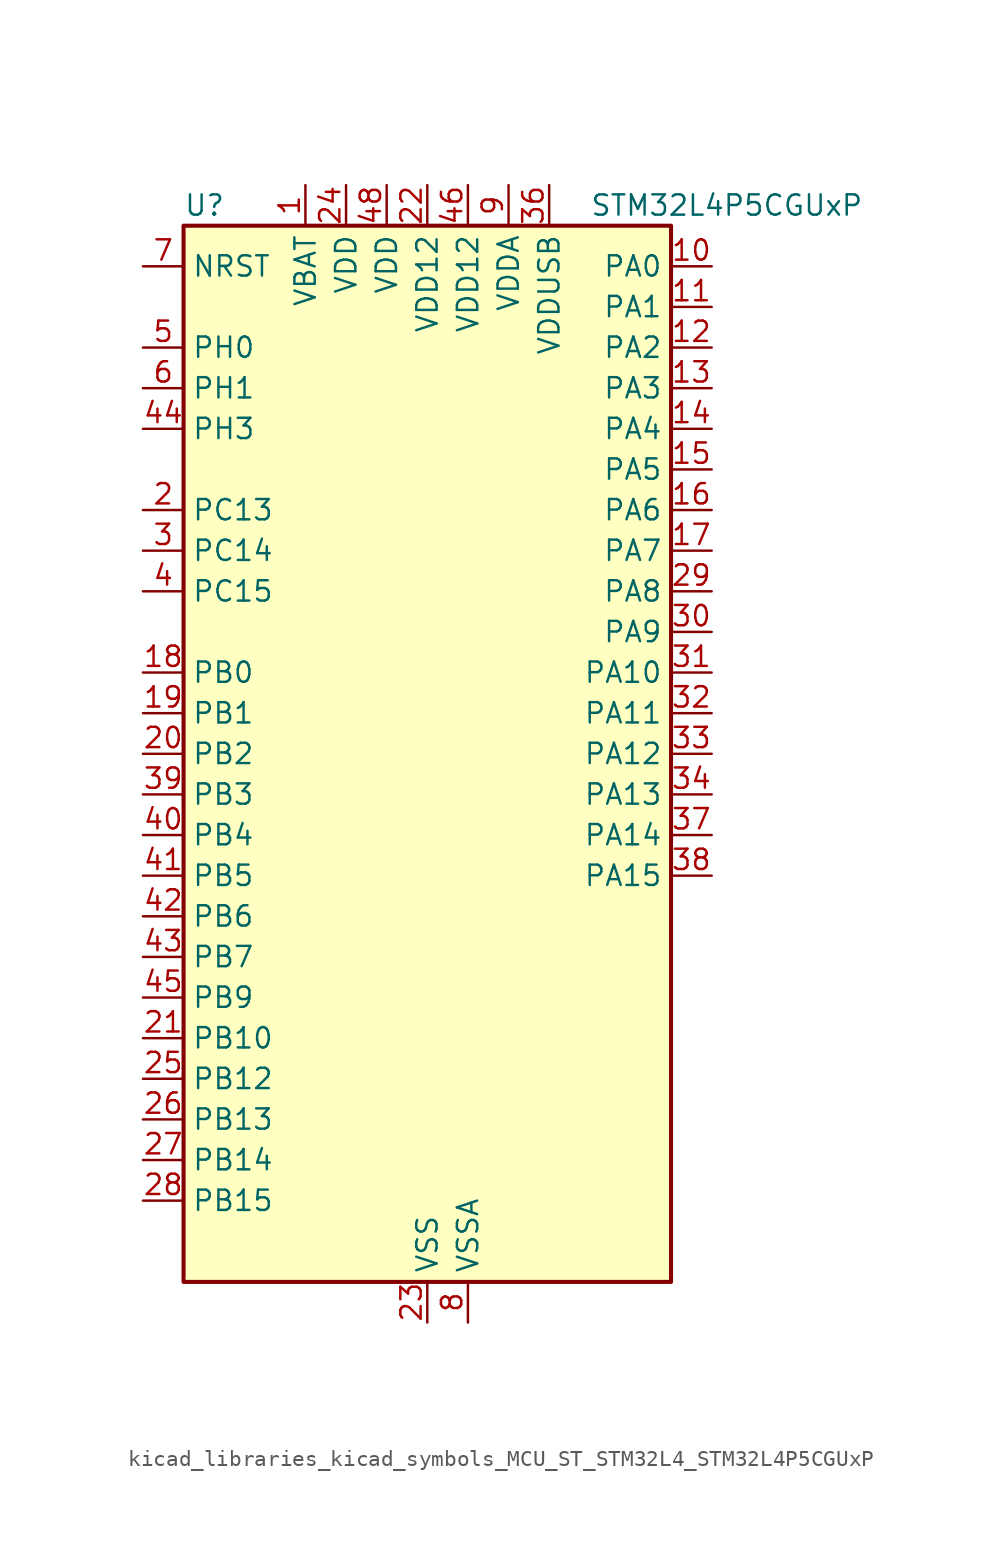
<source format=kicad_sym>
(kicad_symbol_lib
  (version 20220914)
  (generator kicad_symbol_editor)
  (symbol "kicad_libraries_kicad_symbols_MCU_ST_STM32L4_STM32L4P5CGUxP"
    (property "Reference" "U"
      (at -15.24 34.29 0)
      (effects (font (size 1.27 1.27)) (justify left)))
    (property "Value" "STM32L4P5CGUxP"
      (at 10.16 34.29 0)
      (effects (font (size 1.27 1.27)) (justify left)))
    (property "ki_locked" ""
      (at 0 0 0)
      (effects (font (size 1.27 1.27))))
    (symbol "kicad_libraries_kicad_symbols_MCU_ST_STM32L4_STM32L4P5CGUxP_0_1"
      (rectangle (start -15.24 -33.02) (end 15.24 33.02) (stroke (width 0.254) (type default)) (fill (type background))))
    (symbol "kicad_libraries_kicad_symbols_MCU_ST_STM32L4_STM32L4P5CGUxP_1_1"
      (pin power_in line (at -7.62 35.56 270) (length 2.54) (name "VBAT" (effects (font (size 1.27 1.27)))) (number "1" (effects (font (size 1.27 1.27)))))
      (pin bidirectional line (at 17.78 30.48 180) (length 2.54) (name "PA0" (effects (font (size 1.27 1.27)))) (number "10" (effects (font (size 1.27 1.27)))) (alternate "ADC1_IN5" bidirectional line) (alternate "ADC2_IN5" bidirectional line) (alternate "OPAMP1_VINP" bidirectional line) (alternate "RTC_TAMP2" bidirectional line) (alternate "SAI1_EXTCLK" bidirectional line) (alternate "SYS_WKUP1" bidirectional line) (alternate "TIM2_CH1" bidirectional line) (alternate "TIM2_ETR" bidirectional line) (alternate "TIM5_CH1" bidirectional line) (alternate "TIM8_ETR" bidirectional line) (alternate "UART4_TX" bidirectional line) (alternate "USART2_CTS" bidirectional line) (alternate "USART2_NSS" bidirectional line))
      (pin bidirectional line (at 17.78 27.94 180) (length 2.54) (name "PA1" (effects (font (size 1.27 1.27)))) (number "11" (effects (font (size 1.27 1.27)))) (alternate "ADC1_IN6" bidirectional line) (alternate "ADC2_IN6" bidirectional line) (alternate "I2C1_SMBA" bidirectional line) (alternate "OCTOSPIM_P1_DQS" bidirectional line) (alternate "OPAMP1_VINM" bidirectional line) (alternate "SDMMC2_CMD" bidirectional line) (alternate "SPI1_SCK" bidirectional line) (alternate "TIM15_CH1N" bidirectional line) (alternate "TIM2_CH2" bidirectional line) (alternate "TIM5_CH2" bidirectional line) (alternate "UART4_RX" bidirectional line) (alternate "USART2_DE" bidirectional line) (alternate "USART2_RTS" bidirectional line))
      (pin bidirectional line (at 17.78 25.4 180) (length 2.54) (name "PA2" (effects (font (size 1.27 1.27)))) (number "12" (effects (font (size 1.27 1.27)))) (alternate "ADC1_IN7" bidirectional line) (alternate "ADC2_IN7" bidirectional line) (alternate "LPUART1_TX" bidirectional line) (alternate "OCTOSPIM_P1_NCS" bidirectional line) (alternate "RCC_LSCO" bidirectional line) (alternate "SAI2_EXTCLK" bidirectional line) (alternate "SYS_WKUP4" bidirectional line) (alternate "TIM15_CH1" bidirectional line) (alternate "TIM2_CH3" bidirectional line) (alternate "TIM5_CH3" bidirectional line) (alternate "USART2_TX" bidirectional line))
      (pin bidirectional line (at 17.78 22.86 180) (length 2.54) (name "PA3" (effects (font (size 1.27 1.27)))) (number "13" (effects (font (size 1.27 1.27)))) (alternate "ADC1_IN8" bidirectional line) (alternate "ADC2_IN8" bidirectional line) (alternate "LPUART1_RX" bidirectional line) (alternate "OCTOSPIM_P1_CLK" bidirectional line) (alternate "OPAMP1_VOUT" bidirectional line) (alternate "SAI1_CK1" bidirectional line) (alternate "SAI1_MCLK_A" bidirectional line) (alternate "TIM15_CH2" bidirectional line) (alternate "TIM2_CH4" bidirectional line) (alternate "TIM5_CH4" bidirectional line) (alternate "USART2_RX" bidirectional line))
      (pin bidirectional line (at 17.78 20.32 180) (length 2.54) (name "PA4" (effects (font (size 1.27 1.27)))) (number "14" (effects (font (size 1.27 1.27)))) (alternate "ADC1_IN9" bidirectional line) (alternate "ADC2_IN9" bidirectional line) (alternate "DAC1_OUT1" bidirectional line) (alternate "LPTIM2_OUT" bidirectional line) (alternate "LTDC_CLK" bidirectional line) (alternate "OCTOSPIM_P1_NCS" bidirectional line) (alternate "SAI1_FS_B" bidirectional line) (alternate "SPI1_NSS" bidirectional line) (alternate "SPI3_NSS" bidirectional line) (alternate "USART2_CK" bidirectional line))
      (pin bidirectional line (at 17.78 17.78 180) (length 2.54) (name "PA5" (effects (font (size 1.27 1.27)))) (number "15" (effects (font (size 1.27 1.27)))) (alternate "ADC1_IN10" bidirectional line) (alternate "ADC2_IN10" bidirectional line) (alternate "DAC1_OUT2" bidirectional line) (alternate "LPTIM2_ETR" bidirectional line) (alternate "LTDC_R7" bidirectional line) (alternate "SPI1_SCK" bidirectional line) (alternate "TIM2_CH1" bidirectional line) (alternate "TIM2_ETR" bidirectional line) (alternate "TIM8_CH1N" bidirectional line))
      (pin bidirectional line (at 17.78 15.24 180) (length 2.54) (name "PA6" (effects (font (size 1.27 1.27)))) (number "16" (effects (font (size 1.27 1.27)))) (alternate "ADC1_IN11" bidirectional line) (alternate "ADC2_IN11" bidirectional line) (alternate "LPUART1_CTS" bidirectional line) (alternate "OCTOSPIM_P1_IO3" bidirectional line) (alternate "OPAMP2_VINP" bidirectional line) (alternate "SPI1_MISO" bidirectional line) (alternate "TIM16_CH1" bidirectional line) (alternate "TIM1_BKIN" bidirectional line) (alternate "TIM3_CH1" bidirectional line) (alternate "TIM8_BKIN" bidirectional line) (alternate "USART3_CTS" bidirectional line) (alternate "USART3_NSS" bidirectional line))
      (pin bidirectional line (at 17.78 12.7 180) (length 2.54) (name "PA7" (effects (font (size 1.27 1.27)))) (number "17" (effects (font (size 1.27 1.27)))) (alternate "ADC1_IN12" bidirectional line) (alternate "ADC2_IN12" bidirectional line) (alternate "I2C3_SCL" bidirectional line) (alternate "OCTOSPIM_P1_IO2" bidirectional line) (alternate "OPAMP2_VINM" bidirectional line) (alternate "SPI1_MOSI" bidirectional line) (alternate "TIM17_CH1" bidirectional line) (alternate "TIM1_CH1N" bidirectional line) (alternate "TIM3_CH2" bidirectional line) (alternate "TIM8_CH1N" bidirectional line))
      (pin bidirectional line (at -17.78 5.08 0) (length 2.54) (name "PB0" (effects (font (size 1.27 1.27)))) (number "18" (effects (font (size 1.27 1.27)))) (alternate "ADC1_IN15" bidirectional line) (alternate "ADC2_IN15" bidirectional line) (alternate "COMP1_OUT" bidirectional line) (alternate "LTDC_B6" bidirectional line) (alternate "OCTOSPIM_P1_IO1" bidirectional line) (alternate "OPAMP2_VOUT" bidirectional line) (alternate "SAI1_EXTCLK" bidirectional line) (alternate "SPI1_NSS" bidirectional line) (alternate "TIM1_CH2N" bidirectional line) (alternate "TIM3_CH3" bidirectional line) (alternate "TIM8_CH2N" bidirectional line) (alternate "USART3_CK" bidirectional line))
      (pin bidirectional line (at -17.78 2.54 0) (length 2.54) (name "PB1" (effects (font (size 1.27 1.27)))) (number "19" (effects (font (size 1.27 1.27)))) (alternate "ADC1_IN16" bidirectional line) (alternate "ADC2_IN16" bidirectional line) (alternate "COMP1_INM" bidirectional line) (alternate "DFSDM1_DATIN0" bidirectional line) (alternate "LPTIM2_IN1" bidirectional line) (alternate "LPUART1_DE" bidirectional line) (alternate "LPUART1_RTS" bidirectional line) (alternate "LTDC_G6" bidirectional line) (alternate "OCTOSPIM_P1_IO0" bidirectional line) (alternate "TIM1_CH3N" bidirectional line) (alternate "TIM3_CH4" bidirectional line) (alternate "TIM8_CH3N" bidirectional line) (alternate "USART3_DE" bidirectional line) (alternate "USART3_RTS" bidirectional line))
      (pin bidirectional line (at -17.78 15.24 0) (length 2.54) (name "PC13" (effects (font (size 1.27 1.27)))) (number "2" (effects (font (size 1.27 1.27)))) (alternate "RTC_OUT1" bidirectional line) (alternate "RTC_TAMP1" bidirectional line) (alternate "RTC_TS" bidirectional line) (alternate "SYS_WKUP2" bidirectional line))
      (pin bidirectional line (at -17.78 0 0) (length 2.54) (name "PB2" (effects (font (size 1.27 1.27)))) (number "20" (effects (font (size 1.27 1.27)))) (alternate "COMP1_INP" bidirectional line) (alternate "DFSDM1_CKIN0" bidirectional line) (alternate "I2C3_SMBA" bidirectional line) (alternate "LPTIM1_OUT" bidirectional line) (alternate "OCTOSPIM_P1_DQS" bidirectional line) (alternate "RTC_OUT2" bidirectional line))
      (pin bidirectional line (at -17.78 -17.78 0) (length 2.54) (name "PB10" (effects (font (size 1.27 1.27)))) (number "21" (effects (font (size 1.27 1.27)))) (alternate "COMP1_OUT" bidirectional line) (alternate "I2C2_SCL" bidirectional line) (alternate "I2C4_SCL" bidirectional line) (alternate "LPUART1_RX" bidirectional line) (alternate "OCTOSPIM_P1_CLK" bidirectional line) (alternate "OCTOSPIM_P1_IO3" bidirectional line) (alternate "SAI1_SCK_A" bidirectional line) (alternate "SPI2_SCK" bidirectional line) (alternate "TIM2_CH3" bidirectional line) (alternate "TSC_SYNC" bidirectional line) (alternate "USART3_TX" bidirectional line))
      (pin power_in line (at 0 35.56 270) (length 2.54) (name "VDD12" (effects (font (size 1.27 1.27)))) (number "22" (effects (font (size 1.27 1.27)))))
      (pin power_in line (at 0 -35.56 90) (length 2.54) (name "VSS" (effects (font (size 1.27 1.27)))) (number "23" (effects (font (size 1.27 1.27)))))
      (pin power_in line (at -5.08 35.56 270) (length 2.54) (name "VDD" (effects (font (size 1.27 1.27)))) (number "24" (effects (font (size 1.27 1.27)))))
      (pin bidirectional line (at -17.78 -20.32 0) (length 2.54) (name "PB12" (effects (font (size 1.27 1.27)))) (number "25" (effects (font (size 1.27 1.27)))) (alternate "DFSDM1_DATIN1" bidirectional line) (alternate "I2C2_SMBA" bidirectional line) (alternate "LPUART1_DE" bidirectional line) (alternate "LPUART1_RTS" bidirectional line) (alternate "OCTOSPIM_P1_NCLK" bidirectional line) (alternate "SAI2_FS_A" bidirectional line) (alternate "SDMMC2_CK" bidirectional line) (alternate "SPI2_NSS" bidirectional line) (alternate "TIM15_BKIN" bidirectional line) (alternate "TIM1_BKIN" bidirectional line) (alternate "TSC_G1_IO1" bidirectional line) (alternate "USART3_CK" bidirectional line))
      (pin bidirectional line (at -17.78 -22.86 0) (length 2.54) (name "PB13" (effects (font (size 1.27 1.27)))) (number "26" (effects (font (size 1.27 1.27)))) (alternate "DFSDM1_CKIN1" bidirectional line) (alternate "I2C2_SCL" bidirectional line) (alternate "LPUART1_CTS" bidirectional line) (alternate "OCTOSPIM_P1_IO1" bidirectional line) (alternate "SAI2_SCK_A" bidirectional line) (alternate "SPI2_SCK" bidirectional line) (alternate "TIM15_CH1N" bidirectional line) (alternate "TIM1_CH1N" bidirectional line) (alternate "TSC_G1_IO2" bidirectional line) (alternate "USART3_CTS" bidirectional line) (alternate "USART3_NSS" bidirectional line))
      (pin bidirectional line (at -17.78 -25.4 0) (length 2.54) (name "PB14" (effects (font (size 1.27 1.27)))) (number "27" (effects (font (size 1.27 1.27)))) (alternate "DFSDM1_DATIN2" bidirectional line) (alternate "I2C2_SDA" bidirectional line) (alternate "OCTOSPIM_P1_IO6" bidirectional line) (alternate "SAI2_MCLK_A" bidirectional line) (alternate "SDMMC2_D0" bidirectional line) (alternate "SPI2_MISO" bidirectional line) (alternate "TIM15_CH1" bidirectional line) (alternate "TIM1_CH2N" bidirectional line) (alternate "TIM8_CH2N" bidirectional line) (alternate "TSC_G1_IO3" bidirectional line) (alternate "USART3_DE" bidirectional line) (alternate "USART3_RTS" bidirectional line))
      (pin bidirectional line (at -17.78 -27.94 0) (length 2.54) (name "PB15" (effects (font (size 1.27 1.27)))) (number "28" (effects (font (size 1.27 1.27)))) (alternate "ADC1_EXTI15" bidirectional line) (alternate "ADC2_EXTI15" bidirectional line) (alternate "DFSDM1_CKIN2" bidirectional line) (alternate "OCTOSPIM_P1_IO7" bidirectional line) (alternate "RTC_REFIN" bidirectional line) (alternate "SAI2_SD_A" bidirectional line) (alternate "SDMMC2_D1" bidirectional line) (alternate "SPI2_MOSI" bidirectional line) (alternate "TIM15_CH2" bidirectional line) (alternate "TIM1_CH3N" bidirectional line) (alternate "TIM8_CH3N" bidirectional line) (alternate "TSC_G1_IO4" bidirectional line))
      (pin bidirectional line (at 17.78 10.16 180) (length 2.54) (name "PA8" (effects (font (size 1.27 1.27)))) (number "29" (effects (font (size 1.27 1.27)))) (alternate "LPTIM2_OUT" bidirectional line) (alternate "LTDC_B7" bidirectional line) (alternate "RCC_MCO" bidirectional line) (alternate "SAI1_CK2" bidirectional line) (alternate "SAI1_SCK_A" bidirectional line) (alternate "TIM1_CH1" bidirectional line) (alternate "USART1_CK" bidirectional line) (alternate "USB_OTG_FS_SOF" bidirectional line))
      (pin bidirectional line (at -17.78 12.7 0) (length 2.54) (name "PC14" (effects (font (size 1.27 1.27)))) (number "3" (effects (font (size 1.27 1.27)))) (alternate "RCC_OSC32_IN" bidirectional line))
      (pin bidirectional line (at 17.78 7.62 180) (length 2.54) (name "PA9" (effects (font (size 1.27 1.27)))) (number "30" (effects (font (size 1.27 1.27)))) (alternate "DAC1_EXTI9" bidirectional line) (alternate "LTDC_G7" bidirectional line) (alternate "SAI1_FS_A" bidirectional line) (alternate "SPI2_SCK" bidirectional line) (alternate "TIM15_BKIN" bidirectional line) (alternate "TIM1_CH2" bidirectional line) (alternate "USART1_TX" bidirectional line) (alternate "USB_OTG_FS_VBUS" bidirectional line))
      (pin bidirectional line (at 17.78 5.08 180) (length 2.54) (name "PA10" (effects (font (size 1.27 1.27)))) (number "31" (effects (font (size 1.27 1.27)))) (alternate "LTDC_G6" bidirectional line) (alternate "SAI1_D1" bidirectional line) (alternate "SAI1_SD_A" bidirectional line) (alternate "TIM17_BKIN" bidirectional line) (alternate "TIM1_CH3" bidirectional line) (alternate "USART1_RX" bidirectional line) (alternate "USB_OTG_FS_ID" bidirectional line))
      (pin bidirectional line (at 17.78 2.54 180) (length 2.54) (name "PA11" (effects (font (size 1.27 1.27)))) (number "32" (effects (font (size 1.27 1.27)))) (alternate "ADC1_EXTI11" bidirectional line) (alternate "ADC2_EXTI11" bidirectional line) (alternate "CAN1_RX" bidirectional line) (alternate "LTDC_DE" bidirectional line) (alternate "SPI1_MISO" bidirectional line) (alternate "TIM1_BKIN2" bidirectional line) (alternate "TIM1_CH4" bidirectional line) (alternate "USART1_CTS" bidirectional line) (alternate "USART1_NSS" bidirectional line) (alternate "USB_OTG_FS_DM" bidirectional line))
      (pin bidirectional line (at 17.78 0 180) (length 2.54) (name "PA12" (effects (font (size 1.27 1.27)))) (number "33" (effects (font (size 1.27 1.27)))) (alternate "CAN1_TX" bidirectional line) (alternate "LTDC_VSYNC" bidirectional line) (alternate "OCTOSPIM_P2_NCS" bidirectional line) (alternate "SPI1_MOSI" bidirectional line) (alternate "TIM1_ETR" bidirectional line) (alternate "USART1_DE" bidirectional line) (alternate "USART1_RTS" bidirectional line) (alternate "USB_OTG_FS_DP" bidirectional line))
      (pin bidirectional line (at 17.78 -2.54 180) (length 2.54) (name "PA13" (effects (font (size 1.27 1.27)))) (number "34" (effects (font (size 1.27 1.27)))) (alternate "IR_OUT" bidirectional line) (alternate "SAI1_SD_B" bidirectional line) (alternate "SYS_JTMS-SWDIO" bidirectional line) (alternate "USB_OTG_FS_NOE" bidirectional line))
      (pin passive line (at 0 -35.56 90) (length 2.54) hide (name "VSS" (effects (font (size 1.27 1.27)))) (number "35" (effects (font (size 1.27 1.27)))))
      (pin power_in line (at 7.62 35.56 270) (length 2.54) (name "VDDUSB" (effects (font (size 1.27 1.27)))) (number "36" (effects (font (size 1.27 1.27)))))
      (pin bidirectional line (at 17.78 -5.08 180) (length 2.54) (name "PA14" (effects (font (size 1.27 1.27)))) (number "37" (effects (font (size 1.27 1.27)))) (alternate "I2C1_SMBA" bidirectional line) (alternate "I2C4_SMBA" bidirectional line) (alternate "LPTIM1_OUT" bidirectional line) (alternate "SAI1_FS_B" bidirectional line) (alternate "SYS_JTCK-SWCLK" bidirectional line) (alternate "USB_OTG_FS_SOF" bidirectional line))
      (pin bidirectional line (at 17.78 -7.62 180) (length 2.54) (name "PA15" (effects (font (size 1.27 1.27)))) (number "38" (effects (font (size 1.27 1.27)))) (alternate "ADC1_EXTI15" bidirectional line) (alternate "ADC2_EXTI15" bidirectional line) (alternate "LTDC_HSYNC" bidirectional line) (alternate "SAI2_FS_B" bidirectional line) (alternate "SPI1_NSS" bidirectional line) (alternate "SPI3_NSS" bidirectional line) (alternate "SYS_JTDI" bidirectional line) (alternate "TIM2_CH1" bidirectional line) (alternate "TIM2_ETR" bidirectional line) (alternate "TSC_G3_IO1" bidirectional line) (alternate "UART4_DE" bidirectional line) (alternate "UART4_RTS" bidirectional line) (alternate "USART2_RX" bidirectional line) (alternate "USART3_DE" bidirectional line) (alternate "USART3_RTS" bidirectional line))
      (pin bidirectional line (at -17.78 -2.54 0) (length 2.54) (name "PB3" (effects (font (size 1.27 1.27)))) (number "39" (effects (font (size 1.27 1.27)))) (alternate "COMP2_INM" bidirectional line) (alternate "CRS_SYNC" bidirectional line) (alternate "OCTOSPIM_P1_IO4" bidirectional line) (alternate "SAI1_SCK_B" bidirectional line) (alternate "SDMMC2_D2" bidirectional line) (alternate "SPI1_SCK" bidirectional line) (alternate "SPI3_SCK" bidirectional line) (alternate "SYS_JTDO-SWO" bidirectional line) (alternate "TIM2_CH2" bidirectional line) (alternate "USART1_DE" bidirectional line) (alternate "USART1_RTS" bidirectional line))
      (pin bidirectional line (at -17.78 10.16 0) (length 2.54) (name "PC15" (effects (font (size 1.27 1.27)))) (number "4" (effects (font (size 1.27 1.27)))) (alternate "ADC1_EXTI15" bidirectional line) (alternate "ADC2_EXTI15" bidirectional line) (alternate "RCC_OSC32_OUT" bidirectional line))
      (pin bidirectional line (at -17.78 -5.08 0) (length 2.54) (name "PB4" (effects (font (size 1.27 1.27)))) (number "40" (effects (font (size 1.27 1.27)))) (alternate "COMP2_INP" bidirectional line) (alternate "I2C3_SDA" bidirectional line) (alternate "OCTOSPIM_P1_IO5" bidirectional line) (alternate "SAI1_MCLK_B" bidirectional line) (alternate "SDMMC2_D3" bidirectional line) (alternate "SPI1_MISO" bidirectional line) (alternate "SPI3_MISO" bidirectional line) (alternate "SYS_JTRST" bidirectional line) (alternate "TIM17_BKIN" bidirectional line) (alternate "TIM3_CH1" bidirectional line) (alternate "TSC_G2_IO1" bidirectional line) (alternate "USART1_CTS" bidirectional line) (alternate "USART1_NSS" bidirectional line))
      (pin bidirectional line (at -17.78 -7.62 0) (length 2.54) (name "PB5" (effects (font (size 1.27 1.27)))) (number "41" (effects (font (size 1.27 1.27)))) (alternate "COMP2_OUT" bidirectional line) (alternate "I2C1_SMBA" bidirectional line) (alternate "LPTIM1_IN1" bidirectional line) (alternate "OCTOSPIM_P1_IO0" bidirectional line) (alternate "SAI1_SD_B" bidirectional line) (alternate "SPI1_MOSI" bidirectional line) (alternate "SPI3_MOSI" bidirectional line) (alternate "TIM16_BKIN" bidirectional line) (alternate "TIM3_CH2" bidirectional line) (alternate "TSC_G2_IO2" bidirectional line) (alternate "USART1_CK" bidirectional line))
      (pin bidirectional line (at -17.78 -10.16 0) (length 2.54) (name "PB6" (effects (font (size 1.27 1.27)))) (number "42" (effects (font (size 1.27 1.27)))) (alternate "COMP2_INP" bidirectional line) (alternate "I2C1_SCL" bidirectional line) (alternate "I2C4_SCL" bidirectional line) (alternate "LPTIM1_ETR" bidirectional line) (alternate "LTDC_R6" bidirectional line) (alternate "SAI1_FS_B" bidirectional line) (alternate "TIM16_CH1N" bidirectional line) (alternate "TIM4_CH1" bidirectional line) (alternate "TIM8_BKIN2" bidirectional line) (alternate "TSC_G2_IO3" bidirectional line) (alternate "USART1_TX" bidirectional line))
      (pin bidirectional line (at -17.78 -12.7 0) (length 2.54) (name "PB7" (effects (font (size 1.27 1.27)))) (number "43" (effects (font (size 1.27 1.27)))) (alternate "COMP2_INM" bidirectional line) (alternate "I2C1_SDA" bidirectional line) (alternate "I2C4_SDA" bidirectional line) (alternate "LPTIM1_IN2" bidirectional line) (alternate "LTDC_VSYNC" bidirectional line) (alternate "SYS_PVD_IN" bidirectional line) (alternate "TIM17_CH1N" bidirectional line) (alternate "TIM4_CH2" bidirectional line) (alternate "TIM8_BKIN" bidirectional line) (alternate "TSC_G2_IO4" bidirectional line) (alternate "UART4_CTS" bidirectional line) (alternate "USART1_RX" bidirectional line))
      (pin bidirectional line (at -17.78 20.32 0) (length 2.54) (name "PH3" (effects (font (size 1.27 1.27)))) (number "44" (effects (font (size 1.27 1.27)))))
      (pin bidirectional line (at -17.78 -15.24 0) (length 2.54) (name "PB9" (effects (font (size 1.27 1.27)))) (number "45" (effects (font (size 1.27 1.27)))) (alternate "CAN1_TX" bidirectional line) (alternate "DAC1_EXTI9" bidirectional line) (alternate "I2C1_SDA" bidirectional line) (alternate "IR_OUT" bidirectional line) (alternate "SAI1_D2" bidirectional line) (alternate "SAI1_FS_A" bidirectional line) (alternate "SDMMC2_D5" bidirectional line) (alternate "SPI2_NSS" bidirectional line) (alternate "TIM17_CH1" bidirectional line) (alternate "TIM4_CH4" bidirectional line))
      (pin power_in line (at 2.54 35.56 270) (length 2.54) (name "VDD12" (effects (font (size 1.27 1.27)))) (number "46" (effects (font (size 1.27 1.27)))))
      (pin passive line (at 0 -35.56 90) (length 2.54) hide (name "VSS" (effects (font (size 1.27 1.27)))) (number "47" (effects (font (size 1.27 1.27)))))
      (pin power_in line (at -2.54 35.56 270) (length 2.54) (name "VDD" (effects (font (size 1.27 1.27)))) (number "48" (effects (font (size 1.27 1.27)))))
      (pin passive line (at 0 -35.56 90) (length 2.54) hide (name "VSS" (effects (font (size 1.27 1.27)))) (number "49" (effects (font (size 1.27 1.27)))))
      (pin bidirectional line (at -17.78 25.4 0) (length 2.54) (name "PH0" (effects (font (size 1.27 1.27)))) (number "5" (effects (font (size 1.27 1.27)))) (alternate "RCC_OSC_IN" bidirectional line))
      (pin bidirectional line (at -17.78 22.86 0) (length 2.54) (name "PH1" (effects (font (size 1.27 1.27)))) (number "6" (effects (font (size 1.27 1.27)))) (alternate "RCC_OSC_OUT" bidirectional line))
      (pin input line (at -17.78 30.48 0) (length 2.54) (name "NRST" (effects (font (size 1.27 1.27)))) (number "7" (effects (font (size 1.27 1.27)))))
      (pin power_in line (at 2.54 -35.56 90) (length 2.54) (name "VSSA" (effects (font (size 1.27 1.27)))) (number "8" (effects (font (size 1.27 1.27)))))
      (pin power_in line (at 5.08 35.56 270) (length 2.54) (name "VDDA" (effects (font (size 1.27 1.27)))) (number "9" (effects (font (size 1.27 1.27))))))))
</source>
